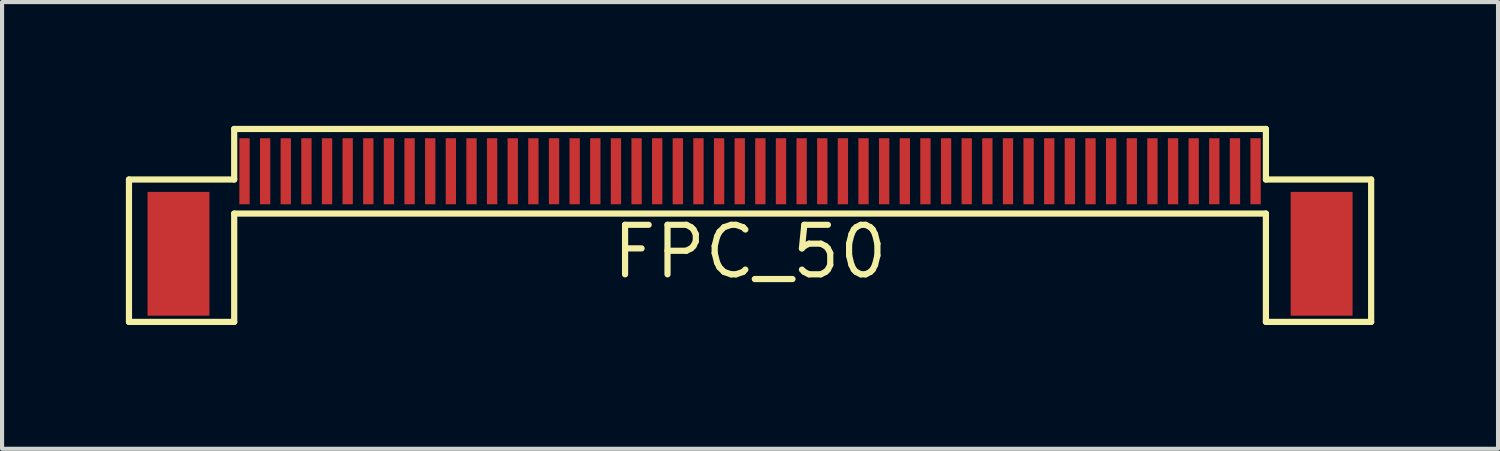
<source format=kicad_pcb>
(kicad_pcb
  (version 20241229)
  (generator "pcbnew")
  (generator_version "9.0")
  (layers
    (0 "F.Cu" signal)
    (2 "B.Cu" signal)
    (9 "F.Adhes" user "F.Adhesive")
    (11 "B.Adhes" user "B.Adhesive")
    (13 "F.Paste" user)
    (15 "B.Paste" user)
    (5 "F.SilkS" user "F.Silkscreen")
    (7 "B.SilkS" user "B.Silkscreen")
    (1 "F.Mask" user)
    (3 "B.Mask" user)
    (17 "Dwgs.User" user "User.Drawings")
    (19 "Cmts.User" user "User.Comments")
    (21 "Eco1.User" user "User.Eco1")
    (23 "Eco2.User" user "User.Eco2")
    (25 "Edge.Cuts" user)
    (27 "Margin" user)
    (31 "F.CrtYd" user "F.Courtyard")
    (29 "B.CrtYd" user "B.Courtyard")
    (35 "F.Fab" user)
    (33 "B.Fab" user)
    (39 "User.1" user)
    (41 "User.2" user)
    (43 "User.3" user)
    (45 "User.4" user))
  (footprint "FPC_50"
    (layer "F.Cu")
    (at 15.125 1.1)
    (property "Reference" "FPC_50" (at 0 1.95 0) (layer "F.SilkS") (effects (font (size 1.2 1.2) (thickness 0.15))))
    (attr through_hole)
    (fp_line (start -15.05 0.2) (end -12.5 0.2) (stroke (width 0.15) (type solid)) (layer "F.SilkS"))
    (fp_line (start -15.05 3.65) (end -15.05 0.2) (stroke (width 0.15) (type solid)) (layer "F.SilkS"))
    (fp_line (start -12.5 -1.025) (end 12.5 -1.025) (stroke (width 0.15) (type solid)) (layer "F.SilkS"))
    (fp_line (start -12.5 0.2) (end -12.5 -1.025) (stroke (width 0.15) (type solid)) (layer "F.SilkS"))
    (fp_line (start -12.5 1.025) (end -12.5 3.65) (stroke (width 0.15) (type solid)) (layer "F.SilkS"))
    (fp_line (start -12.5 1.025) (end 12.5 1.025) (stroke (width 0.15) (type solid)) (layer "F.SilkS"))
    (fp_line (start -12.5 3.65) (end -15.05 3.65) (stroke (width 0.15) (type solid)) (layer "F.SilkS"))
    (fp_line (start 12.5 0.2) (end 12.5 -1.025) (stroke (width 0.15) (type solid)) (layer "F.SilkS"))
    (fp_line (start 12.5 1.025) (end 12.5 3.65) (stroke (width 0.15) (type solid)) (layer "F.SilkS"))
    (fp_line (start 12.5 3.65) (end 15.05 3.65) (stroke (width 0.15) (type solid)) (layer "F.SilkS"))
    (fp_line (start 15.05 0.2) (end 12.5 0.2) (stroke (width 0.15) (type solid)) (layer "F.SilkS"))
    (fp_line (start 15.05 3.65) (end 15.05 0.2) (stroke (width 0.15) (type solid)) (layer "F.SilkS"))
    (pad "0" smd rect (at -13.85 2) (size 1.5 3) (layers "F.Cu" "F.Mask" "F.Paste"))
    (pad "0" smd rect (at 13.85 2) (size 1.5 3) (layers "F.Cu" "F.Mask" "F.Paste"))
    (pad "1" smd rect (at -12.25 0) (size 0.25 1.6) (layers "F.Cu" "F.Mask" "F.Paste"))
    (pad "2" smd rect (at -11.75 0) (size 0.25 1.6) (layers "F.Cu" "F.Mask" "F.Paste"))
    (pad "3" smd rect (at -11.25 0) (size 0.25 1.6) (layers "F.Cu" "F.Mask" "F.Paste"))
    (pad "4" smd rect (at -10.75 0) (size 0.25 1.6) (layers "F.Cu" "F.Mask" "F.Paste"))
    (pad "5" smd rect (at -10.25 0) (size 0.25 1.6) (layers "F.Cu" "F.Mask" "F.Paste"))
    (pad "6" smd rect (at -9.75 0) (size 0.25 1.6) (layers "F.Cu" "F.Mask" "F.Paste"))
    (pad "7" smd rect (at -9.25 0) (size 0.25 1.6) (layers "F.Cu" "F.Mask" "F.Paste"))
    (pad "8" smd rect (at -8.75 0) (size 0.25 1.6) (layers "F.Cu" "F.Mask" "F.Paste"))
    (pad "9" smd rect (at -8.25 0) (size 0.25 1.6) (layers "F.Cu" "F.Mask" "F.Paste"))
    (pad "10" smd rect (at -7.75 0) (size 0.25 1.6) (layers "F.Cu" "F.Mask" "F.Paste"))
    (pad "11" smd rect (at -7.25 0) (size 0.25 1.6) (layers "F.Cu" "F.Mask" "F.Paste"))
    (pad "12" smd rect (at -6.75 0) (size 0.25 1.6) (layers "F.Cu" "F.Mask" "F.Paste"))
    (pad "13" smd rect (at -6.25 0) (size 0.25 1.6) (layers "F.Cu" "F.Mask" "F.Paste"))
    (pad "14" smd rect (at -5.75 0) (size 0.25 1.6) (layers "F.Cu" "F.Mask" "F.Paste"))
    (pad "15" smd rect (at -5.25 0) (size 0.25 1.6) (layers "F.Cu" "F.Mask" "F.Paste"))
    (pad "16" smd rect (at -4.75 0) (size 0.25 1.6) (layers "F.Cu" "F.Mask" "F.Paste"))
    (pad "17" smd rect (at -4.25 0) (size 0.25 1.6) (layers "F.Cu" "F.Mask" "F.Paste"))
    (pad "18" smd rect (at -3.75 0) (size 0.25 1.6) (layers "F.Cu" "F.Mask" "F.Paste"))
    (pad "19" smd rect (at -3.25 0) (size 0.25 1.6) (layers "F.Cu" "F.Mask" "F.Paste"))
    (pad "20" smd rect (at -2.75 0) (size 0.25 1.6) (layers "F.Cu" "F.Mask" "F.Paste"))
    (pad "21" smd rect (at -2.25 0) (size 0.25 1.6) (layers "F.Cu" "F.Mask" "F.Paste"))
    (pad "22" smd rect (at -1.75 0) (size 0.25 1.6) (layers "F.Cu" "F.Mask" "F.Paste"))
    (pad "23" smd rect (at -1.25 0) (size 0.25 1.6) (layers "F.Cu" "F.Mask" "F.Paste"))
    (pad "24" smd rect (at -0.75 0) (size 0.25 1.6) (layers "F.Cu" "F.Mask" "F.Paste"))
    (pad "25" smd rect (at -0.25 0) (size 0.25 1.6) (layers "F.Cu" "F.Mask" "F.Paste"))
    (pad "26" smd rect (at 0.25 0) (size 0.25 1.6) (layers "F.Cu" "F.Mask" "F.Paste"))
    (pad "27" smd rect (at 0.75 0) (size 0.25 1.6) (layers "F.Cu" "F.Mask" "F.Paste"))
    (pad "28" smd rect (at 1.25 0) (size 0.25 1.6) (layers "F.Cu" "F.Mask" "F.Paste"))
    (pad "29" smd rect (at 1.75 0) (size 0.25 1.6) (layers "F.Cu" "F.Mask" "F.Paste"))
    (pad "30" smd rect (at 2.25 0) (size 0.25 1.6) (layers "F.Cu" "F.Mask" "F.Paste"))
    (pad "31" smd rect (at 2.75 0) (size 0.25 1.6) (layers "F.Cu" "F.Mask" "F.Paste"))
    (pad "32" smd rect (at 3.25 0) (size 0.25 1.6) (layers "F.Cu" "F.Mask" "F.Paste"))
    (pad "33" smd rect (at 3.75 0) (size 0.25 1.6) (layers "F.Cu" "F.Mask" "F.Paste"))
    (pad "34" smd rect (at 4.25 0) (size 0.25 1.6) (layers "F.Cu" "F.Mask" "F.Paste"))
    (pad "35" smd rect (at 4.75 0) (size 0.25 1.6) (layers "F.Cu" "F.Mask" "F.Paste"))
    (pad "36" smd rect (at 5.25 0) (size 0.25 1.6) (layers "F.Cu" "F.Mask" "F.Paste"))
    (pad "37" smd rect (at 5.75 0) (size 0.25 1.6) (layers "F.Cu" "F.Mask" "F.Paste"))
    (pad "38" smd rect (at 6.25 0) (size 0.25 1.6) (layers "F.Cu" "F.Mask" "F.Paste"))
    (pad "39" smd rect (at 6.75 0) (size 0.25 1.6) (layers "F.Cu" "F.Mask" "F.Paste"))
    (pad "40" smd rect (at 7.25 0) (size 0.25 1.6) (layers "F.Cu" "F.Mask" "F.Paste"))
    (pad "41" smd rect (at 7.75 0) (size 0.25 1.6) (layers "F.Cu" "F.Mask" "F.Paste"))
    (pad "42" smd rect (at 8.25 0) (size 0.25 1.6) (layers "F.Cu" "F.Mask" "F.Paste"))
    (pad "43" smd rect (at 8.75 0) (size 0.25 1.6) (layers "F.Cu" "F.Mask" "F.Paste"))
    (pad "44" smd rect (at 9.25 0) (size 0.25 1.6) (layers "F.Cu" "F.Mask" "F.Paste"))
    (pad "45" smd rect (at 9.75 0) (size 0.25 1.6) (layers "F.Cu" "F.Mask" "F.Paste"))
    (pad "46" smd rect (at 10.25 0) (size 0.25 1.6) (layers "F.Cu" "F.Mask" "F.Paste"))
    (pad "47" smd rect (at 10.75 0) (size 0.25 1.6) (layers "F.Cu" "F.Mask" "F.Paste"))
    (pad "48" smd rect (at 11.25 0) (size 0.25 1.6) (layers "F.Cu" "F.Mask" "F.Paste"))
    (pad "49" smd rect (at 11.75 0) (size 0.25 1.6) (layers "F.Cu" "F.Mask" "F.Paste"))
    (pad "50" smd rect (at 12.25 0) (size 0.25 1.6) (layers "F.Cu" "F.Mask" "F.Paste")))
  (gr_rect
    (start -3 -3)
    (end 33.25 7.825)
    (stroke (width 0.1) (type default))
    (fill no)
    (layer "Edge.Cuts")))
</source>
